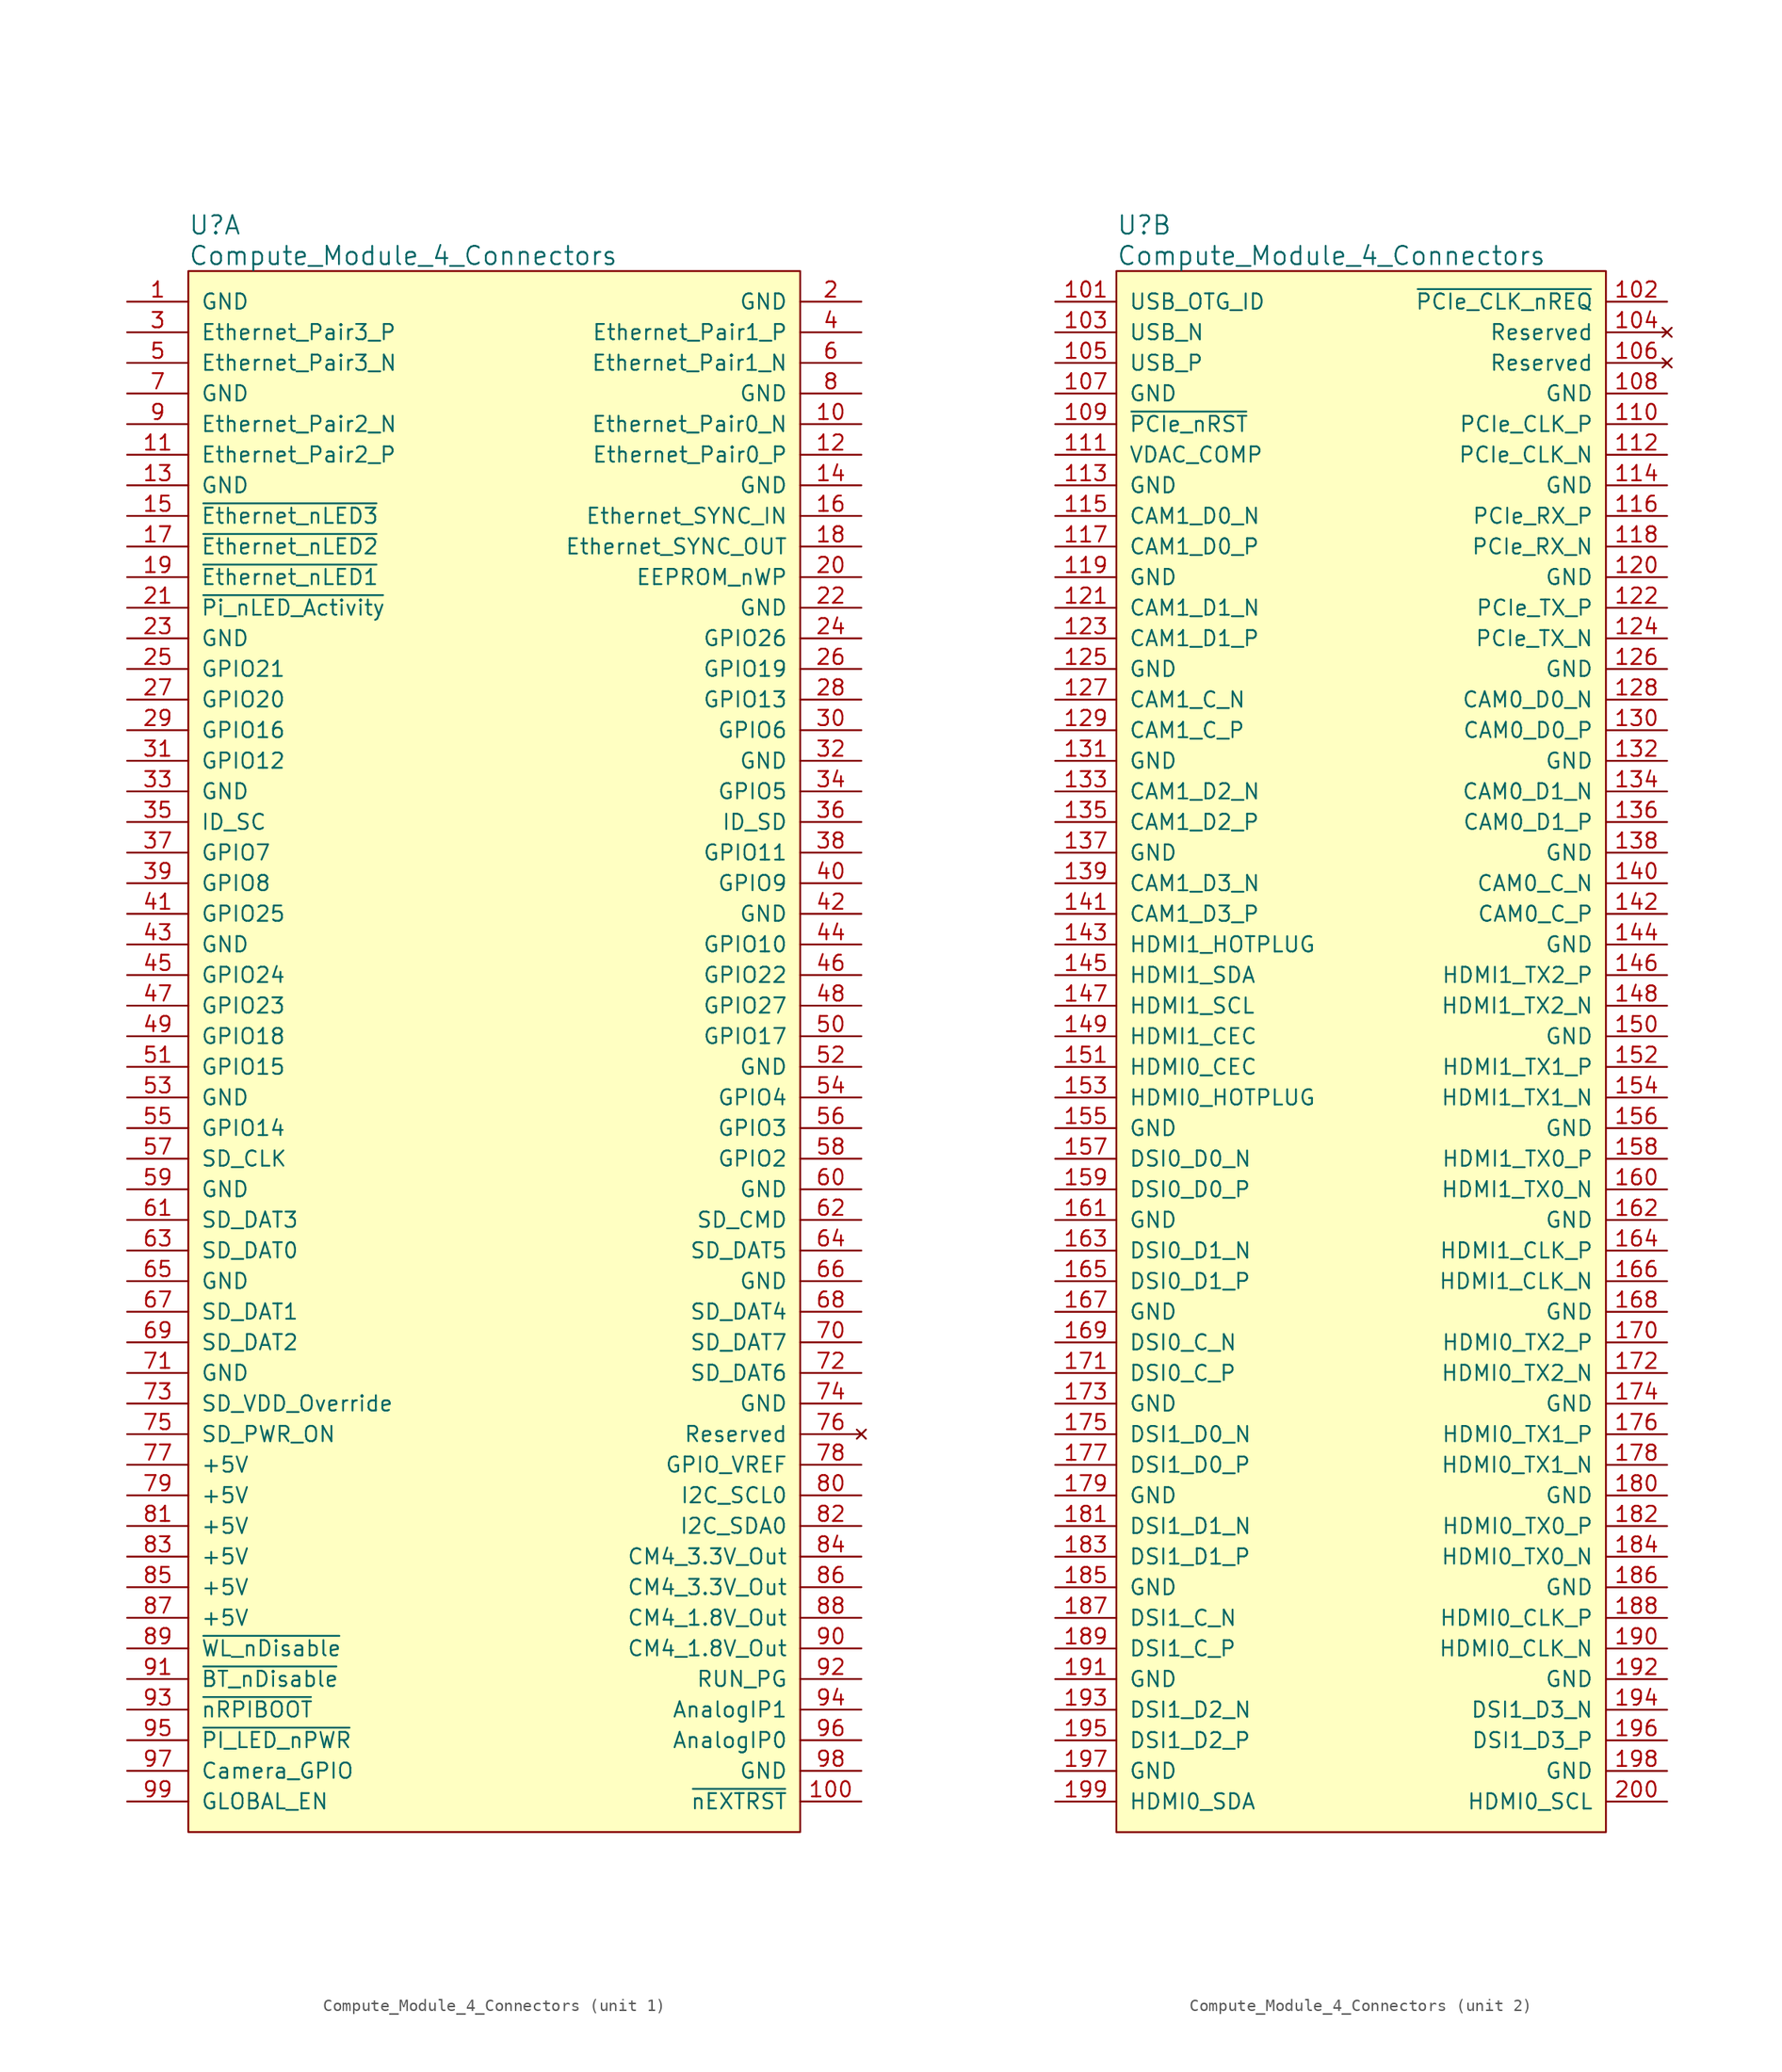
<source format=kicad_sym>
(kicad_symbol_lib
  (version 20241209)
  (generator "kicad_symbol_editor")
  (generator_version "9.0")
  (symbol "Compute_Module_4_Connectors"
    (pin_names
      (offset 1.016))
    (property "Reference" "U"
      (at 5.08 6.35 0)
      (effects (font (size 1.524 1.524)) (justify left)))
    (property "Value" "Compute_Module_4_Connectors"
      (at 5.08 3.81 0)
      (effects (font (size 1.524 1.524)) (justify left)))
    (property "ki_locked" ""
      (at 0 0 0)
      (effects (font (size 1.27 1.27))))
    (symbol "Compute_Module_4_Connectors_1_1"
      (rectangle (start 5.08 2.54) (end 55.88 -127) (stroke (width 0) (type solid)) (fill (type background)))
      (pin power_in line (at 0 0 0) (length 5.08) (name "GND" (effects (font (size 1.27 1.27)))) (number "1" (effects (font (size 1.27 1.27)))))
      (pin passive line (at 0 -2.54 0) (length 5.08) (name "Ethernet_Pair3_P" (effects (font (size 1.27 1.27)))) (number "3" (effects (font (size 1.27 1.27)))))
      (pin passive line (at 0 -5.08 0) (length 5.08) (name "Ethernet_Pair3_N" (effects (font (size 1.27 1.27)))) (number "5" (effects (font (size 1.27 1.27)))))
      (pin power_in line (at 0 -7.62 0) (length 5.08) (name "GND" (effects (font (size 1.27 1.27)))) (number "7" (effects (font (size 1.27 1.27)))))
      (pin passive line (at 0 -10.16 0) (length 5.08) (name "Ethernet_Pair2_N" (effects (font (size 1.27 1.27)))) (number "9" (effects (font (size 1.27 1.27)))))
      (pin passive line (at 0 -12.7 0) (length 5.08) (name "Ethernet_Pair2_P" (effects (font (size 1.27 1.27)))) (number "11" (effects (font (size 1.27 1.27)))))
      (pin power_in line (at 0 -15.24 0) (length 5.08) (name "GND" (effects (font (size 1.27 1.27)))) (number "13" (effects (font (size 1.27 1.27)))))
      (pin output line (at 0 -17.78 0) (length 5.08) (name "~{Ethernet_nLED3}" (effects (font (size 1.27 1.27)))) (number "15" (effects (font (size 1.27 1.27)))))
      (pin output line (at 0 -20.32 0) (length 5.08) (name "~{Ethernet_nLED2}" (effects (font (size 1.27 1.27)))) (number "17" (effects (font (size 1.27 1.27)))))
      (pin output line (at 0 -22.86 0) (length 5.08) (name "~{Ethernet_nLED1}" (effects (font (size 1.27 1.27)))) (number "19" (effects (font (size 1.27 1.27)))))
      (pin open_collector line (at 0 -25.4 0) (length 5.08) (name "~{Pi_nLED_Activity}" (effects (font (size 1.27 1.27)))) (number "21" (effects (font (size 1.27 1.27)))))
      (pin power_in line (at 0 -27.94 0) (length 5.08) (name "GND" (effects (font (size 1.27 1.27)))) (number "23" (effects (font (size 1.27 1.27)))))
      (pin passive line (at 0 -30.48 0) (length 5.08) (name "GPIO21" (effects (font (size 1.27 1.27)))) (number "25" (effects (font (size 1.27 1.27)))))
      (pin passive line (at 0 -33.02 0) (length 5.08) (name "GPIO20" (effects (font (size 1.27 1.27)))) (number "27" (effects (font (size 1.27 1.27)))))
      (pin passive line (at 0 -35.56 0) (length 5.08) (name "GPIO16" (effects (font (size 1.27 1.27)))) (number "29" (effects (font (size 1.27 1.27)))))
      (pin passive line (at 0 -38.1 0) (length 5.08) (name "GPIO12" (effects (font (size 1.27 1.27)))) (number "31" (effects (font (size 1.27 1.27)))))
      (pin power_in line (at 0 -40.64 0) (length 5.08) (name "GND" (effects (font (size 1.27 1.27)))) (number "33" (effects (font (size 1.27 1.27)))))
      (pin passive line (at 0 -43.18 0) (length 5.08) (name "ID_SC" (effects (font (size 1.27 1.27)))) (number "35" (effects (font (size 1.27 1.27)))))
      (pin passive line (at 0 -45.72 0) (length 5.08) (name "GPIO7" (effects (font (size 1.27 1.27)))) (number "37" (effects (font (size 1.27 1.27)))))
      (pin passive line (at 0 -48.26 0) (length 5.08) (name "GPIO8" (effects (font (size 1.27 1.27)))) (number "39" (effects (font (size 1.27 1.27)))))
      (pin passive line (at 0 -50.8 0) (length 5.08) (name "GPIO25" (effects (font (size 1.27 1.27)))) (number "41" (effects (font (size 1.27 1.27)))))
      (pin power_in line (at 0 -53.34 0) (length 5.08) (name "GND" (effects (font (size 1.27 1.27)))) (number "43" (effects (font (size 1.27 1.27)))))
      (pin passive line (at 0 -55.88 0) (length 5.08) (name "GPIO24" (effects (font (size 1.27 1.27)))) (number "45" (effects (font (size 1.27 1.27)))))
      (pin passive line (at 0 -58.42 0) (length 5.08) (name "GPIO23" (effects (font (size 1.27 1.27)))) (number "47" (effects (font (size 1.27 1.27)))))
      (pin passive line (at 0 -60.96 0) (length 5.08) (name "GPIO18" (effects (font (size 1.27 1.27)))) (number "49" (effects (font (size 1.27 1.27)))))
      (pin passive line (at 0 -63.5 0) (length 5.08) (name "GPIO15" (effects (font (size 1.27 1.27)))) (number "51" (effects (font (size 1.27 1.27)))))
      (pin power_in line (at 0 -66.04 0) (length 5.08) (name "GND" (effects (font (size 1.27 1.27)))) (number "53" (effects (font (size 1.27 1.27)))))
      (pin passive line (at 0 -68.58 0) (length 5.08) (name "GPIO14" (effects (font (size 1.27 1.27)))) (number "55" (effects (font (size 1.27 1.27)))))
      (pin passive line (at 0 -71.12 0) (length 5.08) (name "SD_CLK" (effects (font (size 1.27 1.27)))) (number "57" (effects (font (size 1.27 1.27)))))
      (pin power_in line (at 0 -73.66 0) (length 5.08) (name "GND" (effects (font (size 1.27 1.27)))) (number "59" (effects (font (size 1.27 1.27)))))
      (pin passive line (at 0 -76.2 0) (length 5.08) (name "SD_DAT3" (effects (font (size 1.27 1.27)))) (number "61" (effects (font (size 1.27 1.27)))))
      (pin passive line (at 0 -78.74 0) (length 5.08) (name "SD_DAT0" (effects (font (size 1.27 1.27)))) (number "63" (effects (font (size 1.27 1.27)))))
      (pin power_in line (at 0 -81.28 0) (length 5.08) (name "GND" (effects (font (size 1.27 1.27)))) (number "65" (effects (font (size 1.27 1.27)))))
      (pin passive line (at 0 -83.82 0) (length 5.08) (name "SD_DAT1" (effects (font (size 1.27 1.27)))) (number "67" (effects (font (size 1.27 1.27)))))
      (pin passive line (at 0 -86.36 0) (length 5.08) (name "SD_DAT2" (effects (font (size 1.27 1.27)))) (number "69" (effects (font (size 1.27 1.27)))))
      (pin power_in line (at 0 -88.9 0) (length 5.08) (name "GND" (effects (font (size 1.27 1.27)))) (number "71" (effects (font (size 1.27 1.27)))))
      (pin input line (at 0 -91.44 0) (length 5.08) (name "SD_VDD_Override" (effects (font (size 1.27 1.27)))) (number "73" (effects (font (size 1.27 1.27)))))
      (pin output line (at 0 -93.98 0) (length 5.08) (name "SD_PWR_ON" (effects (font (size 1.27 1.27)))) (number "75" (effects (font (size 1.27 1.27)))))
      (pin power_in line (at 0 -96.52 0) (length 5.08) (name "+5V" (effects (font (size 1.27 1.27)))) (number "77" (effects (font (size 1.27 1.27)))))
      (pin power_in line (at 0 -99.06 0) (length 5.08) (name "+5V" (effects (font (size 1.27 1.27)))) (number "79" (effects (font (size 1.27 1.27)))))
      (pin power_in line (at 0 -101.6 0) (length 5.08) (name "+5V" (effects (font (size 1.27 1.27)))) (number "81" (effects (font (size 1.27 1.27)))))
      (pin power_in line (at 0 -104.14 0) (length 5.08) (name "+5V" (effects (font (size 1.27 1.27)))) (number "83" (effects (font (size 1.27 1.27)))))
      (pin power_in line (at 0 -106.68 0) (length 5.08) (name "+5V" (effects (font (size 1.27 1.27)))) (number "85" (effects (font (size 1.27 1.27)))))
      (pin power_in line (at 0 -109.22 0) (length 5.08) (name "+5V" (effects (font (size 1.27 1.27)))) (number "87" (effects (font (size 1.27 1.27)))))
      (pin input line (at 0 -111.76 0) (length 5.08) (name "~{WL_nDisable}" (effects (font (size 1.27 1.27)))) (number "89" (effects (font (size 1.27 1.27)))))
      (pin input line (at 0 -114.3 0) (length 5.08) (name "~{BT_nDisable}" (effects (font (size 1.27 1.27)))) (number "91" (effects (font (size 1.27 1.27)))))
      (pin input line (at 0 -116.84 0) (length 5.08) (name "~{nRPIBOOT}" (effects (font (size 1.27 1.27)))) (number "93" (effects (font (size 1.27 1.27)))))
      (pin output line (at 0 -119.38 0) (length 5.08) (name "~{PI_LED_nPWR}" (effects (font (size 1.27 1.27)))) (number "95" (effects (font (size 1.27 1.27)))))
      (pin passive line (at 0 -121.92 0) (length 5.08) (name "Camera_GPIO" (effects (font (size 1.27 1.27)))) (number "97" (effects (font (size 1.27 1.27)))))
      (pin input line (at 0 -124.46 0) (length 5.08) (name "GLOBAL_EN" (effects (font (size 1.27 1.27)))) (number "99" (effects (font (size 1.27 1.27)))))
      (pin power_in line (at 60.96 0 180) (length 5.08) (name "GND" (effects (font (size 1.27 1.27)))) (number "2" (effects (font (size 1.27 1.27)))))
      (pin passive line (at 60.96 -2.54 180) (length 5.08) (name "Ethernet_Pair1_P" (effects (font (size 1.27 1.27)))) (number "4" (effects (font (size 1.27 1.27)))))
      (pin passive line (at 60.96 -5.08 180) (length 5.08) (name "Ethernet_Pair1_N" (effects (font (size 1.27 1.27)))) (number "6" (effects (font (size 1.27 1.27)))))
      (pin power_in line (at 60.96 -7.62 180) (length 5.08) (name "GND" (effects (font (size 1.27 1.27)))) (number "8" (effects (font (size 1.27 1.27)))))
      (pin passive line (at 60.96 -10.16 180) (length 5.08) (name "Ethernet_Pair0_N" (effects (font (size 1.27 1.27)))) (number "10" (effects (font (size 1.27 1.27)))))
      (pin passive line (at 60.96 -12.7 180) (length 5.08) (name "Ethernet_Pair0_P" (effects (font (size 1.27 1.27)))) (number "12" (effects (font (size 1.27 1.27)))))
      (pin power_in line (at 60.96 -15.24 180) (length 5.08) (name "GND" (effects (font (size 1.27 1.27)))) (number "14" (effects (font (size 1.27 1.27)))))
      (pin input line (at 60.96 -17.78 180) (length 5.08) (name "Ethernet_SYNC_IN" (effects (font (size 1.27 1.27)))) (number "16" (effects (font (size 1.27 1.27)))))
      (pin input line (at 60.96 -20.32 180) (length 5.08) (name "Ethernet_SYNC_OUT" (effects (font (size 1.27 1.27)))) (number "18" (effects (font (size 1.27 1.27)))))
      (pin passive line (at 60.96 -22.86 180) (length 5.08) (name "EEPROM_nWP" (effects (font (size 1.27 1.27)))) (number "20" (effects (font (size 1.27 1.27)))))
      (pin power_in line (at 60.96 -25.4 180) (length 5.08) (name "GND" (effects (font (size 1.27 1.27)))) (number "22" (effects (font (size 1.27 1.27)))))
      (pin passive line (at 60.96 -27.94 180) (length 5.08) (name "GPIO26" (effects (font (size 1.27 1.27)))) (number "24" (effects (font (size 1.27 1.27)))))
      (pin passive line (at 60.96 -30.48 180) (length 5.08) (name "GPIO19" (effects (font (size 1.27 1.27)))) (number "26" (effects (font (size 1.27 1.27)))))
      (pin passive line (at 60.96 -33.02 180) (length 5.08) (name "GPIO13" (effects (font (size 1.27 1.27)))) (number "28" (effects (font (size 1.27 1.27)))))
      (pin passive line (at 60.96 -35.56 180) (length 5.08) (name "GPIO6" (effects (font (size 1.27 1.27)))) (number "30" (effects (font (size 1.27 1.27)))))
      (pin power_in line (at 60.96 -38.1 180) (length 5.08) (name "GND" (effects (font (size 1.27 1.27)))) (number "32" (effects (font (size 1.27 1.27)))))
      (pin passive line (at 60.96 -40.64 180) (length 5.08) (name "GPIO5" (effects (font (size 1.27 1.27)))) (number "34" (effects (font (size 1.27 1.27)))))
      (pin passive line (at 60.96 -43.18 180) (length 5.08) (name "ID_SD" (effects (font (size 1.27 1.27)))) (number "36" (effects (font (size 1.27 1.27)))))
      (pin passive line (at 60.96 -45.72 180) (length 5.08) (name "GPIO11" (effects (font (size 1.27 1.27)))) (number "38" (effects (font (size 1.27 1.27)))))
      (pin passive line (at 60.96 -48.26 180) (length 5.08) (name "GPIO9" (effects (font (size 1.27 1.27)))) (number "40" (effects (font (size 1.27 1.27)))))
      (pin power_in line (at 60.96 -50.8 180) (length 5.08) (name "GND" (effects (font (size 1.27 1.27)))) (number "42" (effects (font (size 1.27 1.27)))))
      (pin passive line (at 60.96 -53.34 180) (length 5.08) (name "GPIO10" (effects (font (size 1.27 1.27)))) (number "44" (effects (font (size 1.27 1.27)))))
      (pin passive line (at 60.96 -55.88 180) (length 5.08) (name "GPIO22" (effects (font (size 1.27 1.27)))) (number "46" (effects (font (size 1.27 1.27)))))
      (pin passive line (at 60.96 -58.42 180) (length 5.08) (name "GPIO27" (effects (font (size 1.27 1.27)))) (number "48" (effects (font (size 1.27 1.27)))))
      (pin passive line (at 60.96 -60.96 180) (length 5.08) (name "GPIO17" (effects (font (size 1.27 1.27)))) (number "50" (effects (font (size 1.27 1.27)))))
      (pin power_in line (at 60.96 -63.5 180) (length 5.08) (name "GND" (effects (font (size 1.27 1.27)))) (number "52" (effects (font (size 1.27 1.27)))))
      (pin passive line (at 60.96 -66.04 180) (length 5.08) (name "GPIO4" (effects (font (size 1.27 1.27)))) (number "54" (effects (font (size 1.27 1.27)))))
      (pin passive line (at 60.96 -68.58 180) (length 5.08) (name "GPIO3" (effects (font (size 1.27 1.27)))) (number "56" (effects (font (size 1.27 1.27)))))
      (pin passive line (at 60.96 -71.12 180) (length 5.08) (name "GPIO2" (effects (font (size 1.27 1.27)))) (number "58" (effects (font (size 1.27 1.27)))))
      (pin power_in line (at 60.96 -73.66 180) (length 5.08) (name "GND" (effects (font (size 1.27 1.27)))) (number "60" (effects (font (size 1.27 1.27)))))
      (pin passive line (at 60.96 -76.2 180) (length 5.08) (name "SD_CMD" (effects (font (size 1.27 1.27)))) (number "62" (effects (font (size 1.27 1.27)))))
      (pin passive line (at 60.96 -78.74 180) (length 5.08) (name "SD_DAT5" (effects (font (size 1.27 1.27)))) (number "64" (effects (font (size 1.27 1.27)))))
      (pin power_in line (at 60.96 -81.28 180) (length 5.08) (name "GND" (effects (font (size 1.27 1.27)))) (number "66" (effects (font (size 1.27 1.27)))))
      (pin passive line (at 60.96 -83.82 180) (length 5.08) (name "SD_DAT4" (effects (font (size 1.27 1.27)))) (number "68" (effects (font (size 1.27 1.27)))))
      (pin passive line (at 60.96 -86.36 180) (length 5.08) (name "SD_DAT7" (effects (font (size 1.27 1.27)))) (number "70" (effects (font (size 1.27 1.27)))))
      (pin passive line (at 60.96 -88.9 180) (length 5.08) (name "SD_DAT6" (effects (font (size 1.27 1.27)))) (number "72" (effects (font (size 1.27 1.27)))))
      (pin power_in line (at 60.96 -91.44 180) (length 5.08) (name "GND" (effects (font (size 1.27 1.27)))) (number "74" (effects (font (size 1.27 1.27)))))
      (pin no_connect line (at 60.96 -93.98 180) (length 5.08) (name "Reserved" (effects (font (size 1.27 1.27)))) (number "76" (effects (font (size 1.27 1.27)))))
      (pin power_in line (at 60.96 -96.52 180) (length 5.08) (name "GPIO_VREF" (effects (font (size 1.27 1.27)))) (number "78" (effects (font (size 1.27 1.27)))))
      (pin bidirectional line (at 60.96 -99.06 180) (length 5.08) (name "I2C_SCL0" (effects (font (size 1.27 1.27)))) (number "80" (effects (font (size 1.27 1.27)))))
      (pin bidirectional line (at 60.96 -101.6 180) (length 5.08) (name "I2C_SDA0" (effects (font (size 1.27 1.27)))) (number "82" (effects (font (size 1.27 1.27)))))
      (pin power_out line (at 60.96 -104.14 180) (length 5.08) (name "CM4_3.3V_Out" (effects (font (size 1.27 1.27)))) (number "84" (effects (font (size 1.27 1.27)))))
      (pin power_out line (at 60.96 -106.68 180) (length 5.08) (name "CM4_3.3V_Out" (effects (font (size 1.27 1.27)))) (number "86" (effects (font (size 1.27 1.27)))))
      (pin power_out line (at 60.96 -109.22 180) (length 5.08) (name "CM4_1.8V_Out" (effects (font (size 1.27 1.27)))) (number "88" (effects (font (size 1.27 1.27)))))
      (pin power_out line (at 60.96 -111.76 180) (length 5.08) (name "CM4_1.8V_Out" (effects (font (size 1.27 1.27)))) (number "90" (effects (font (size 1.27 1.27)))))
      (pin passive line (at 60.96 -114.3 180) (length 5.08) (name "RUN_PG" (effects (font (size 1.27 1.27)))) (number "92" (effects (font (size 1.27 1.27)))))
      (pin passive line (at 60.96 -116.84 180) (length 5.08) (name "AnalogIP1" (effects (font (size 1.27 1.27)))) (number "94" (effects (font (size 1.27 1.27)))))
      (pin passive line (at 60.96 -119.38 180) (length 5.08) (name "AnalogIP0" (effects (font (size 1.27 1.27)))) (number "96" (effects (font (size 1.27 1.27)))))
      (pin power_in line (at 60.96 -121.92 180) (length 5.08) (name "GND" (effects (font (size 1.27 1.27)))) (number "98" (effects (font (size 1.27 1.27)))))
      (pin output line (at 60.96 -124.46 180) (length 5.08) (name "~{nEXTRST}" (effects (font (size 1.27 1.27)))) (number "100" (effects (font (size 1.27 1.27))))))
    (symbol "Compute_Module_4_Connectors_2_1"
      (rectangle (start 5.08 2.54) (end 45.72 -127) (stroke (width 0) (type solid)) (fill (type background)))
      (pin input line (at 0 0 0) (length 5.08) (name "USB_OTG_ID" (effects (font (size 1.27 1.27)))) (number "101" (effects (font (size 1.27 1.27)))))
      (pin passive line (at 0 -2.54 0) (length 5.08) (name "USB_N" (effects (font (size 1.27 1.27)))) (number "103" (effects (font (size 1.27 1.27)))))
      (pin passive line (at 0 -5.08 0) (length 5.08) (name "USB_P" (effects (font (size 1.27 1.27)))) (number "105" (effects (font (size 1.27 1.27)))))
      (pin power_in line (at 0 -7.62 0) (length 5.08) (name "GND" (effects (font (size 1.27 1.27)))) (number "107" (effects (font (size 1.27 1.27)))))
      (pin output line (at 0 -10.16 0) (length 5.08) (name "~{PCIe_nRST}" (effects (font (size 1.27 1.27)))) (number "109" (effects (font (size 1.27 1.27)))))
      (pin output line (at 0 -12.7 0) (length 5.08) (name "VDAC_COMP" (effects (font (size 1.27 1.27)))) (number "111" (effects (font (size 1.27 1.27)))))
      (pin power_in line (at 0 -15.24 0) (length 5.08) (name "GND" (effects (font (size 1.27 1.27)))) (number "113" (effects (font (size 1.27 1.27)))))
      (pin input line (at 0 -17.78 0) (length 5.08) (name "CAM1_D0_N" (effects (font (size 1.27 1.27)))) (number "115" (effects (font (size 1.27 1.27)))))
      (pin input line (at 0 -20.32 0) (length 5.08) (name "CAM1_D0_P" (effects (font (size 1.27 1.27)))) (number "117" (effects (font (size 1.27 1.27)))))
      (pin power_in line (at 0 -22.86 0) (length 5.08) (name "GND" (effects (font (size 1.27 1.27)))) (number "119" (effects (font (size 1.27 1.27)))))
      (pin input line (at 0 -25.4 0) (length 5.08) (name "CAM1_D1_N" (effects (font (size 1.27 1.27)))) (number "121" (effects (font (size 1.27 1.27)))))
      (pin input line (at 0 -27.94 0) (length 5.08) (name "CAM1_D1_P" (effects (font (size 1.27 1.27)))) (number "123" (effects (font (size 1.27 1.27)))))
      (pin power_in line (at 0 -30.48 0) (length 5.08) (name "GND" (effects (font (size 1.27 1.27)))) (number "125" (effects (font (size 1.27 1.27)))))
      (pin input line (at 0 -33.02 0) (length 5.08) (name "CAM1_C_N" (effects (font (size 1.27 1.27)))) (number "127" (effects (font (size 1.27 1.27)))))
      (pin input line (at 0 -35.56 0) (length 5.08) (name "CAM1_C_P" (effects (font (size 1.27 1.27)))) (number "129" (effects (font (size 1.27 1.27)))))
      (pin power_in line (at 0 -38.1 0) (length 5.08) (name "GND" (effects (font (size 1.27 1.27)))) (number "131" (effects (font (size 1.27 1.27)))))
      (pin input line (at 0 -40.64 0) (length 5.08) (name "CAM1_D2_N" (effects (font (size 1.27 1.27)))) (number "133" (effects (font (size 1.27 1.27)))))
      (pin input line (at 0 -43.18 0) (length 5.08) (name "CAM1_D2_P" (effects (font (size 1.27 1.27)))) (number "135" (effects (font (size 1.27 1.27)))))
      (pin power_in line (at 0 -45.72 0) (length 5.08) (name "GND" (effects (font (size 1.27 1.27)))) (number "137" (effects (font (size 1.27 1.27)))))
      (pin input line (at 0 -48.26 0) (length 5.08) (name "CAM1_D3_N" (effects (font (size 1.27 1.27)))) (number "139" (effects (font (size 1.27 1.27)))))
      (pin input line (at 0 -50.8 0) (length 5.08) (name "CAM1_D3_P" (effects (font (size 1.27 1.27)))) (number "141" (effects (font (size 1.27 1.27)))))
      (pin input line (at 0 -53.34 0) (length 5.08) (name "HDMI1_HOTPLUG" (effects (font (size 1.27 1.27)))) (number "143" (effects (font (size 1.27 1.27)))))
      (pin bidirectional line (at 0 -55.88 0) (length 5.08) (name "HDMI1_SDA" (effects (font (size 1.27 1.27)))) (number "145" (effects (font (size 1.27 1.27)))))
      (pin open_collector line (at 0 -58.42 0) (length 5.08) (name "HDMI1_SCL" (effects (font (size 1.27 1.27)))) (number "147" (effects (font (size 1.27 1.27)))))
      (pin open_collector line (at 0 -60.96 0) (length 5.08) (name "HDMI1_CEC" (effects (font (size 1.27 1.27)))) (number "149" (effects (font (size 1.27 1.27)))))
      (pin open_collector line (at 0 -63.5 0) (length 5.08) (name "HDMI0_CEC" (effects (font (size 1.27 1.27)))) (number "151" (effects (font (size 1.27 1.27)))))
      (pin input line (at 0 -66.04 0) (length 5.08) (name "HDMI0_HOTPLUG" (effects (font (size 1.27 1.27)))) (number "153" (effects (font (size 1.27 1.27)))))
      (pin power_in line (at 0 -68.58 0) (length 5.08) (name "GND" (effects (font (size 1.27 1.27)))) (number "155" (effects (font (size 1.27 1.27)))))
      (pin output line (at 0 -71.12 0) (length 5.08) (name "DSI0_D0_N" (effects (font (size 1.27 1.27)))) (number "157" (effects (font (size 1.27 1.27)))))
      (pin output line (at 0 -73.66 0) (length 5.08) (name "DSI0_D0_P" (effects (font (size 1.27 1.27)))) (number "159" (effects (font (size 1.27 1.27)))))
      (pin power_in line (at 0 -76.2 0) (length 5.08) (name "GND" (effects (font (size 1.27 1.27)))) (number "161" (effects (font (size 1.27 1.27)))))
      (pin output line (at 0 -78.74 0) (length 5.08) (name "DSI0_D1_N" (effects (font (size 1.27 1.27)))) (number "163" (effects (font (size 1.27 1.27)))))
      (pin output line (at 0 -81.28 0) (length 5.08) (name "DSI0_D1_P" (effects (font (size 1.27 1.27)))) (number "165" (effects (font (size 1.27 1.27)))))
      (pin power_in line (at 0 -83.82 0) (length 5.08) (name "GND" (effects (font (size 1.27 1.27)))) (number "167" (effects (font (size 1.27 1.27)))))
      (pin output line (at 0 -86.36 0) (length 5.08) (name "DSI0_C_N" (effects (font (size 1.27 1.27)))) (number "169" (effects (font (size 1.27 1.27)))))
      (pin output line (at 0 -88.9 0) (length 5.08) (name "DSI0_C_P" (effects (font (size 1.27 1.27)))) (number "171" (effects (font (size 1.27 1.27)))))
      (pin power_in line (at 0 -91.44 0) (length 5.08) (name "GND" (effects (font (size 1.27 1.27)))) (number "173" (effects (font (size 1.27 1.27)))))
      (pin output line (at 0 -93.98 0) (length 5.08) (name "DSI1_D0_N" (effects (font (size 1.27 1.27)))) (number "175" (effects (font (size 1.27 1.27)))))
      (pin output line (at 0 -96.52 0) (length 5.08) (name "DSI1_D0_P" (effects (font (size 1.27 1.27)))) (number "177" (effects (font (size 1.27 1.27)))))
      (pin power_in line (at 0 -99.06 0) (length 5.08) (name "GND" (effects (font (size 1.27 1.27)))) (number "179" (effects (font (size 1.27 1.27)))))
      (pin output line (at 0 -101.6 0) (length 5.08) (name "DSI1_D1_N" (effects (font (size 1.27 1.27)))) (number "181" (effects (font (size 1.27 1.27)))))
      (pin output line (at 0 -104.14 0) (length 5.08) (name "DSI1_D1_P" (effects (font (size 1.27 1.27)))) (number "183" (effects (font (size 1.27 1.27)))))
      (pin power_in line (at 0 -106.68 0) (length 5.08) (name "GND" (effects (font (size 1.27 1.27)))) (number "185" (effects (font (size 1.27 1.27)))))
      (pin output line (at 0 -109.22 0) (length 5.08) (name "DSI1_C_N" (effects (font (size 1.27 1.27)))) (number "187" (effects (font (size 1.27 1.27)))))
      (pin output line (at 0 -111.76 0) (length 5.08) (name "DSI1_C_P" (effects (font (size 1.27 1.27)))) (number "189" (effects (font (size 1.27 1.27)))))
      (pin power_in line (at 0 -114.3 0) (length 5.08) (name "GND" (effects (font (size 1.27 1.27)))) (number "191" (effects (font (size 1.27 1.27)))))
      (pin output line (at 0 -116.84 0) (length 5.08) (name "DSI1_D2_N" (effects (font (size 1.27 1.27)))) (number "193" (effects (font (size 1.27 1.27)))))
      (pin output line (at 0 -119.38 0) (length 5.08) (name "DSI1_D2_P" (effects (font (size 1.27 1.27)))) (number "195" (effects (font (size 1.27 1.27)))))
      (pin power_in line (at 0 -121.92 0) (length 5.08) (name "GND" (effects (font (size 1.27 1.27)))) (number "197" (effects (font (size 1.27 1.27)))))
      (pin bidirectional line (at 0 -124.46 0) (length 5.08) (name "HDMI0_SDA" (effects (font (size 1.27 1.27)))) (number "199" (effects (font (size 1.27 1.27)))))
      (pin input line (at 50.8 0 180) (length 5.08) (name "~{PCIe_CLK_nREQ}" (effects (font (size 1.27 1.27)))) (number "102" (effects (font (size 1.27 1.27)))))
      (pin no_connect line (at 50.8 -2.54 180) (length 5.08) (name "Reserved" (effects (font (size 1.27 1.27)))) (number "104" (effects (font (size 1.27 1.27)))))
      (pin no_connect line (at 50.8 -5.08 180) (length 5.08) (name "Reserved" (effects (font (size 1.27 1.27)))) (number "106" (effects (font (size 1.27 1.27)))))
      (pin power_in line (at 50.8 -7.62 180) (length 5.08) (name "GND" (effects (font (size 1.27 1.27)))) (number "108" (effects (font (size 1.27 1.27)))))
      (pin output line (at 50.8 -10.16 180) (length 5.08) (name "PCIe_CLK_P" (effects (font (size 1.27 1.27)))) (number "110" (effects (font (size 1.27 1.27)))))
      (pin output line (at 50.8 -12.7 180) (length 5.08) (name "PCIe_CLK_N" (effects (font (size 1.27 1.27)))) (number "112" (effects (font (size 1.27 1.27)))))
      (pin power_in line (at 50.8 -15.24 180) (length 5.08) (name "GND" (effects (font (size 1.27 1.27)))) (number "114" (effects (font (size 1.27 1.27)))))
      (pin input line (at 50.8 -17.78 180) (length 5.08) (name "PCIe_RX_P" (effects (font (size 1.27 1.27)))) (number "116" (effects (font (size 1.27 1.27)))))
      (pin input line (at 50.8 -20.32 180) (length 5.08) (name "PCIe_RX_N" (effects (font (size 1.27 1.27)))) (number "118" (effects (font (size 1.27 1.27)))))
      (pin power_in line (at 50.8 -22.86 180) (length 5.08) (name "GND" (effects (font (size 1.27 1.27)))) (number "120" (effects (font (size 1.27 1.27)))))
      (pin output line (at 50.8 -25.4 180) (length 5.08) (name "PCIe_TX_P" (effects (font (size 1.27 1.27)))) (number "122" (effects (font (size 1.27 1.27)))))
      (pin output line (at 50.8 -27.94 180) (length 5.08) (name "PCIe_TX_N" (effects (font (size 1.27 1.27)))) (number "124" (effects (font (size 1.27 1.27)))))
      (pin power_in line (at 50.8 -30.48 180) (length 5.08) (name "GND" (effects (font (size 1.27 1.27)))) (number "126" (effects (font (size 1.27 1.27)))))
      (pin input line (at 50.8 -33.02 180) (length 5.08) (name "CAM0_D0_N" (effects (font (size 1.27 1.27)))) (number "128" (effects (font (size 1.27 1.27)))))
      (pin input line (at 50.8 -35.56 180) (length 5.08) (name "CAM0_D0_P" (effects (font (size 1.27 1.27)))) (number "130" (effects (font (size 1.27 1.27)))))
      (pin power_in line (at 50.8 -38.1 180) (length 5.08) (name "GND" (effects (font (size 1.27 1.27)))) (number "132" (effects (font (size 1.27 1.27)))))
      (pin input line (at 50.8 -40.64 180) (length 5.08) (name "CAM0_D1_N" (effects (font (size 1.27 1.27)))) (number "134" (effects (font (size 1.27 1.27)))))
      (pin input line (at 50.8 -43.18 180) (length 5.08) (name "CAM0_D1_P" (effects (font (size 1.27 1.27)))) (number "136" (effects (font (size 1.27 1.27)))))
      (pin power_in line (at 50.8 -45.72 180) (length 5.08) (name "GND" (effects (font (size 1.27 1.27)))) (number "138" (effects (font (size 1.27 1.27)))))
      (pin input line (at 50.8 -48.26 180) (length 5.08) (name "CAM0_C_N" (effects (font (size 1.27 1.27)))) (number "140" (effects (font (size 1.27 1.27)))))
      (pin input line (at 50.8 -50.8 180) (length 5.08) (name "CAM0_C_P" (effects (font (size 1.27 1.27)))) (number "142" (effects (font (size 1.27 1.27)))))
      (pin power_in line (at 50.8 -53.34 180) (length 5.08) (name "GND" (effects (font (size 1.27 1.27)))) (number "144" (effects (font (size 1.27 1.27)))))
      (pin output line (at 50.8 -55.88 180) (length 5.08) (name "HDMI1_TX2_P" (effects (font (size 1.27 1.27)))) (number "146" (effects (font (size 1.27 1.27)))))
      (pin output line (at 50.8 -58.42 180) (length 5.08) (name "HDMI1_TX2_N" (effects (font (size 1.27 1.27)))) (number "148" (effects (font (size 1.27 1.27)))))
      (pin power_in line (at 50.8 -60.96 180) (length 5.08) (name "GND" (effects (font (size 1.27 1.27)))) (number "150" (effects (font (size 1.27 1.27)))))
      (pin output line (at 50.8 -63.5 180) (length 5.08) (name "HDMI1_TX1_P" (effects (font (size 1.27 1.27)))) (number "152" (effects (font (size 1.27 1.27)))))
      (pin output line (at 50.8 -66.04 180) (length 5.08) (name "HDMI1_TX1_N" (effects (font (size 1.27 1.27)))) (number "154" (effects (font (size 1.27 1.27)))))
      (pin power_in line (at 50.8 -68.58 180) (length 5.08) (name "GND" (effects (font (size 1.27 1.27)))) (number "156" (effects (font (size 1.27 1.27)))))
      (pin output line (at 50.8 -71.12 180) (length 5.08) (name "HDMI1_TX0_P" (effects (font (size 1.27 1.27)))) (number "158" (effects (font (size 1.27 1.27)))))
      (pin output line (at 50.8 -73.66 180) (length 5.08) (name "HDMI1_TX0_N" (effects (font (size 1.27 1.27)))) (number "160" (effects (font (size 1.27 1.27)))))
      (pin power_in line (at 50.8 -76.2 180) (length 5.08) (name "GND" (effects (font (size 1.27 1.27)))) (number "162" (effects (font (size 1.27 1.27)))))
      (pin output line (at 50.8 -78.74 180) (length 5.08) (name "HDMI1_CLK_P" (effects (font (size 1.27 1.27)))) (number "164" (effects (font (size 1.27 1.27)))))
      (pin output line (at 50.8 -81.28 180) (length 5.08) (name "HDMI1_CLK_N" (effects (font (size 1.27 1.27)))) (number "166" (effects (font (size 1.27 1.27)))))
      (pin power_in line (at 50.8 -83.82 180) (length 5.08) (name "GND" (effects (font (size 1.27 1.27)))) (number "168" (effects (font (size 1.27 1.27)))))
      (pin output line (at 50.8 -86.36 180) (length 5.08) (name "HDMI0_TX2_P" (effects (font (size 1.27 1.27)))) (number "170" (effects (font (size 1.27 1.27)))))
      (pin output line (at 50.8 -88.9 180) (length 5.08) (name "HDMI0_TX2_N" (effects (font (size 1.27 1.27)))) (number "172" (effects (font (size 1.27 1.27)))))
      (pin power_in line (at 50.8 -91.44 180) (length 5.08) (name "GND" (effects (font (size 1.27 1.27)))) (number "174" (effects (font (size 1.27 1.27)))))
      (pin output line (at 50.8 -93.98 180) (length 5.08) (name "HDMI0_TX1_P" (effects (font (size 1.27 1.27)))) (number "176" (effects (font (size 1.27 1.27)))))
      (pin output line (at 50.8 -96.52 180) (length 5.08) (name "HDMI0_TX1_N" (effects (font (size 1.27 1.27)))) (number "178" (effects (font (size 1.27 1.27)))))
      (pin power_in line (at 50.8 -99.06 180) (length 5.08) (name "GND" (effects (font (size 1.27 1.27)))) (number "180" (effects (font (size 1.27 1.27)))))
      (pin output line (at 50.8 -101.6 180) (length 5.08) (name "HDMI0_TX0_P" (effects (font (size 1.27 1.27)))) (number "182" (effects (font (size 1.27 1.27)))))
      (pin output line (at 50.8 -104.14 180) (length 5.08) (name "HDMI0_TX0_N" (effects (font (size 1.27 1.27)))) (number "184" (effects (font (size 1.27 1.27)))))
      (pin power_in line (at 50.8 -106.68 180) (length 5.08) (name "GND" (effects (font (size 1.27 1.27)))) (number "186" (effects (font (size 1.27 1.27)))))
      (pin output line (at 50.8 -109.22 180) (length 5.08) (name "HDMI0_CLK_P" (effects (font (size 1.27 1.27)))) (number "188" (effects (font (size 1.27 1.27)))))
      (pin output line (at 50.8 -111.76 180) (length 5.08) (name "HDMI0_CLK_N" (effects (font (size 1.27 1.27)))) (number "190" (effects (font (size 1.27 1.27)))))
      (pin power_in line (at 50.8 -114.3 180) (length 5.08) (name "GND" (effects (font (size 1.27 1.27)))) (number "192" (effects (font (size 1.27 1.27)))))
      (pin output line (at 50.8 -116.84 180) (length 5.08) (name "DSI1_D3_N" (effects (font (size 1.27 1.27)))) (number "194" (effects (font (size 1.27 1.27)))))
      (pin output line (at 50.8 -119.38 180) (length 5.08) (name "DSI1_D3_P" (effects (font (size 1.27 1.27)))) (number "196" (effects (font (size 1.27 1.27)))))
      (pin power_in line (at 50.8 -121.92 180) (length 5.08) (name "GND" (effects (font (size 1.27 1.27)))) (number "198" (effects (font (size 1.27 1.27)))))
      (pin open_collector line (at 50.8 -124.46 180) (length 5.08) (name "HDMI0_SCL" (effects (font (size 1.27 1.27)))) (number "200" (effects (font (size 1.27 1.27))))))))
</source>
